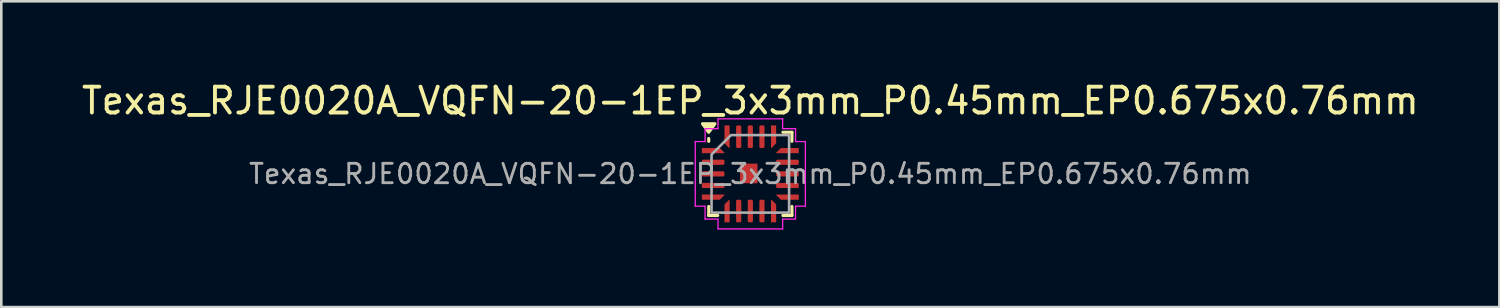
<source format=kicad_pcb>
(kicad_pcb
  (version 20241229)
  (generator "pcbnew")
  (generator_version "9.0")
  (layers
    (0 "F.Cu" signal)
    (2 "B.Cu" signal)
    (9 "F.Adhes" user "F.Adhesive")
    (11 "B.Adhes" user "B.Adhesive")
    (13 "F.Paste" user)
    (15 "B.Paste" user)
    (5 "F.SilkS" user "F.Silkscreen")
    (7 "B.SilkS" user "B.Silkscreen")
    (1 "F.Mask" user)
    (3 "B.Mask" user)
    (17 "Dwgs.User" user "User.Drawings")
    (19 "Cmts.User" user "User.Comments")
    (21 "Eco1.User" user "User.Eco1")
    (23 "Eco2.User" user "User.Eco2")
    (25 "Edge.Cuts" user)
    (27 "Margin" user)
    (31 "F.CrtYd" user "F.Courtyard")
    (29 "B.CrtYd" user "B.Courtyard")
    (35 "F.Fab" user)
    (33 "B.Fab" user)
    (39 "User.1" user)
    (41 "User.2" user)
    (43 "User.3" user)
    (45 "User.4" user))
  (footprint "Texas_RJE0020A_VQFN-20-1EP_3x3mm_P0.45mm_EP0.675x0.76mm"
    (layer "F.Cu")
    (at 25.982 3.678)
    (property "Reference" "Texas_RJE0020A_VQFN-20-1EP_3x3mm_P0.45mm_EP0.675x0.76mm" (at 0 -2.83 0) (layer "F.SilkS") (effects (font (size 1 1) (thickness 0.15))))
    (attr smd)
    (fp_line (start -1.61 -1.26) (end -1.61 -1.37) (stroke (width 0.12) (type solid)) (layer "F.SilkS"))
    (fp_line (start -1.61 1.61) (end -1.61 1.26) (stroke (width 0.12) (type solid)) (layer "F.SilkS"))
    (fp_line (start -1.26 1.61) (end -1.61 1.61) (stroke (width 0.12) (type solid)) (layer "F.SilkS"))
    (fp_line (start 1.26 -1.61) (end 1.61 -1.61) (stroke (width 0.12) (type solid)) (layer "F.SilkS"))
    (fp_line (start 1.26 1.61) (end 1.61 1.61) (stroke (width 0.12) (type solid)) (layer "F.SilkS"))
    (fp_line (start 1.61 -1.61) (end 1.61 -1.26) (stroke (width 0.12) (type solid)) (layer "F.SilkS"))
    (fp_line (start 1.61 1.61) (end 1.61 1.26) (stroke (width 0.12) (type solid)) (layer "F.SilkS"))
    (fp_poly (pts (xy -1.61 -1.61) (xy -1.85 -1.94) (xy -1.37 -1.94)) (stroke (width 0.12) (type solid)) (fill yes) (layer "F.SilkS"))
    (fp_line (start -2.13 -1.25) (end -1.75 -1.25) (stroke (width 0.05) (type solid)) (layer "F.CrtYd"))
    (fp_line (start -2.13 1.25) (end -2.13 -1.25) (stroke (width 0.05) (type solid)) (layer "F.CrtYd"))
    (fp_line (start -1.75 -1.75) (end -1.25 -1.75) (stroke (width 0.05) (type solid)) (layer "F.CrtYd"))
    (fp_line (start -1.75 -1.25) (end -1.75 -1.75) (stroke (width 0.05) (type solid)) (layer "F.CrtYd"))
    (fp_line (start -1.75 1.25) (end -2.13 1.25) (stroke (width 0.05) (type solid)) (layer "F.CrtYd"))
    (fp_line (start -1.75 1.75) (end -1.75 1.25) (stroke (width 0.05) (type solid)) (layer "F.CrtYd"))
    (fp_line (start -1.25 -2.13) (end 1.25 -2.13) (stroke (width 0.05) (type solid)) (layer "F.CrtYd"))
    (fp_line (start -1.25 -1.75) (end -1.25 -2.13) (stroke (width 0.05) (type solid)) (layer "F.CrtYd"))
    (fp_line (start -1.25 1.75) (end -1.75 1.75) (stroke (width 0.05) (type solid)) (layer "F.CrtYd"))
    (fp_line (start -1.25 2.13) (end -1.25 1.75) (stroke (width 0.05) (type solid)) (layer "F.CrtYd"))
    (fp_line (start 1.25 -2.13) (end 1.25 -1.75) (stroke (width 0.05) (type solid)) (layer "F.CrtYd"))
    (fp_line (start 1.25 -1.75) (end 1.75 -1.75) (stroke (width 0.05) (type solid)) (layer "F.CrtYd"))
    (fp_line (start 1.25 1.75) (end 1.25 2.13) (stroke (width 0.05) (type solid)) (layer "F.CrtYd"))
    (fp_line (start 1.25 2.13) (end -1.25 2.13) (stroke (width 0.05) (type solid)) (layer "F.CrtYd"))
    (fp_line (start 1.75 -1.75) (end 1.75 -1.25) (stroke (width 0.05) (type solid)) (layer "F.CrtYd"))
    (fp_line (start 1.75 -1.25) (end 2.13 -1.25) (stroke (width 0.05) (type solid)) (layer "F.CrtYd"))
    (fp_line (start 1.75 1.25) (end 1.75 1.75) (stroke (width 0.05) (type solid)) (layer "F.CrtYd"))
    (fp_line (start 1.75 1.75) (end 1.25 1.75) (stroke (width 0.05) (type solid)) (layer "F.CrtYd"))
    (fp_line (start 2.13 -1.25) (end 2.13 1.25) (stroke (width 0.05) (type solid)) (layer "F.CrtYd"))
    (fp_line (start 2.13 1.25) (end 1.75 1.25) (stroke (width 0.05) (type solid)) (layer "F.CrtYd"))
    (fp_poly (pts (xy -1.5 -0.75) (xy -1.5 1.5) (xy 1.5 1.5) (xy 1.5 -1.5) (xy -0.75 -1.5)) (stroke (width 0.1) (type solid)) (fill no) (layer "F.Fab"))
    (fp_text user "${REFERENCE}" (at 0 0 0) (layer "F.Fab") (effects (font (size 0.75 0.75) (thickness 0.11))))
    (pad "" smd roundrect (at -0.06 -0.018) (size 0.64 0.72) (layers "F.Paste") (roundrect_rratio 0.25))
    (pad "1" smd custom (at -1.438 -0.9) (size 0.073 0.073) (layers "F.Cu" "F.Mask" "F.Paste") (options (anchor circle)) (primitives (gr_poly (pts (xy -0.427 -0.09) (xy 0.253 -0.09) (xy 0.427 0.084) (xy 0.427 0.09) (xy -0.427 0.09)) (width 0.02) (fill yes))))
    (pad "2" smd roundrect (at -1.438 -0.45) (size 0.875 0.2) (layers "F.Cu" "F.Mask" "F.Paste") (roundrect_rratio 0.25))
    (pad "3" smd roundrect (at -1.438 0) (size 0.875 0.2) (layers "F.Cu" "F.Mask" "F.Paste") (roundrect_rratio 0.25))
    (pad "4" smd roundrect (at -1.438 0.45) (size 0.875 0.2) (layers "F.Cu" "F.Mask" "F.Paste") (roundrect_rratio 0.25))
    (pad "5" smd custom (at -1.438 0.9) (size 0.073 0.073) (layers "F.Cu" "F.Mask" "F.Paste") (options (anchor circle)) (primitives (gr_poly (pts (xy -0.427 -0.09) (xy 0.427 -0.09) (xy 0.427 -0.084) (xy 0.253 0.09) (xy -0.427 0.09)) (width 0.02) (fill yes))))
    (pad "6" smd custom (at -0.9 1.438) (size 0.073 0.073) (layers "F.Cu" "F.Mask" "F.Paste") (options (anchor circle)) (primitives (gr_poly (pts (xy -0.09 -0.253) (xy 0.084 -0.427) (xy 0.09 -0.427) (xy 0.09 0.427) (xy -0.09 0.427)) (width 0.02) (fill yes))))
    (pad "7" smd roundrect (at -0.45 1.438) (size 0.2 0.875) (layers "F.Cu" "F.Mask" "F.Paste") (roundrect_rratio 0.25))
    (pad "8" smd roundrect (at 0 1.438) (size 0.2 0.875) (layers "F.Cu" "F.Mask" "F.Paste") (roundrect_rratio 0.25))
    (pad "9" smd roundrect (at 0.45 1.438) (size 0.2 0.875) (layers "F.Cu" "F.Mask" "F.Paste") (roundrect_rratio 0.25))
    (pad "10" smd custom (at 0.9 1.438) (size 0.073 0.073) (layers "F.Cu" "F.Mask" "F.Paste") (options (anchor circle)) (primitives (gr_poly (pts (xy -0.09 -0.427) (xy -0.084 -0.427) (xy 0.09 -0.253) (xy 0.09 0.427) (xy -0.09 0.427)) (width 0.02) (fill yes))))
    (pad "11" smd custom (at 1.438 0.9) (size 0.073 0.073) (layers "F.Cu" "F.Mask" "F.Paste") (options (anchor circle)) (primitives (gr_poly (pts (xy -0.427 -0.09) (xy 0.427 -0.09) (xy 0.427 0.09) (xy -0.253 0.09) (xy -0.427 -0.084)) (width 0.02) (fill yes))))
    (pad "12" smd roundrect (at 1.438 0.45) (size 0.875 0.2) (layers "F.Cu" "F.Mask" "F.Paste") (roundrect_rratio 0.25))
    (pad "13" smd roundrect (at 1.438 0) (size 0.875 0.2) (layers "F.Cu" "F.Mask" "F.Paste") (roundrect_rratio 0.25))
    (pad "14" smd roundrect (at 1.438 -0.45) (size 0.875 0.2) (layers "F.Cu" "F.Mask" "F.Paste") (roundrect_rratio 0.25))
    (pad "15" smd custom (at 1.438 -0.9) (size 0.073 0.073) (layers "F.Cu" "F.Mask" "F.Paste") (options (anchor circle)) (primitives (gr_poly (pts (xy -0.427 0.084) (xy -0.253 -0.09) (xy 0.427 -0.09) (xy 0.427 0.09) (xy -0.427 0.09)) (width 0.02) (fill yes))))
    (pad "16" smd custom (at 0.9 -1.438) (size 0.073 0.073) (layers "F.Cu" "F.Mask" "F.Paste") (options (anchor circle)) (primitives (gr_poly (pts (xy -0.09 -0.427) (xy 0.09 -0.427) (xy 0.09 0.253) (xy -0.084 0.427) (xy -0.09 0.427)) (width 0.02) (fill yes))))
    (pad "17" smd roundrect (at 0.45 -1.438) (size 0.2 0.875) (layers "F.Cu" "F.Mask" "F.Paste") (roundrect_rratio 0.25))
    (pad "18" smd roundrect (at 0 -1.438) (size 0.2 0.875) (layers "F.Cu" "F.Mask" "F.Paste") (roundrect_rratio 0.25))
    (pad "19" smd roundrect (at -0.45 -1.438) (size 0.2 0.875) (layers "F.Cu" "F.Mask" "F.Paste") (roundrect_rratio 0.25))
    (pad "20" smd custom (at -0.9 -1.438) (size 0.073 0.073) (layers "F.Cu" "F.Mask" "F.Paste") (options (anchor circle)) (primitives (gr_poly (pts (xy -0.09 -0.427) (xy 0.09 -0.427) (xy 0.09 0.427) (xy 0.084 0.427) (xy -0.09 0.253)) (width 0.02) (fill yes))))
    (pad "21" smd rect (at -0.06 -0.018) (size 0.675 0.76) (property pad_prop_heatsink) (layers "F.Cu" "F.Mask")))
  (gr_rect
    (start -3 -3)
    (end 54.964 8.833)
    (stroke (width 0.1) (type default))
    (fill no)
    (layer "Edge.Cuts")))
</source>
